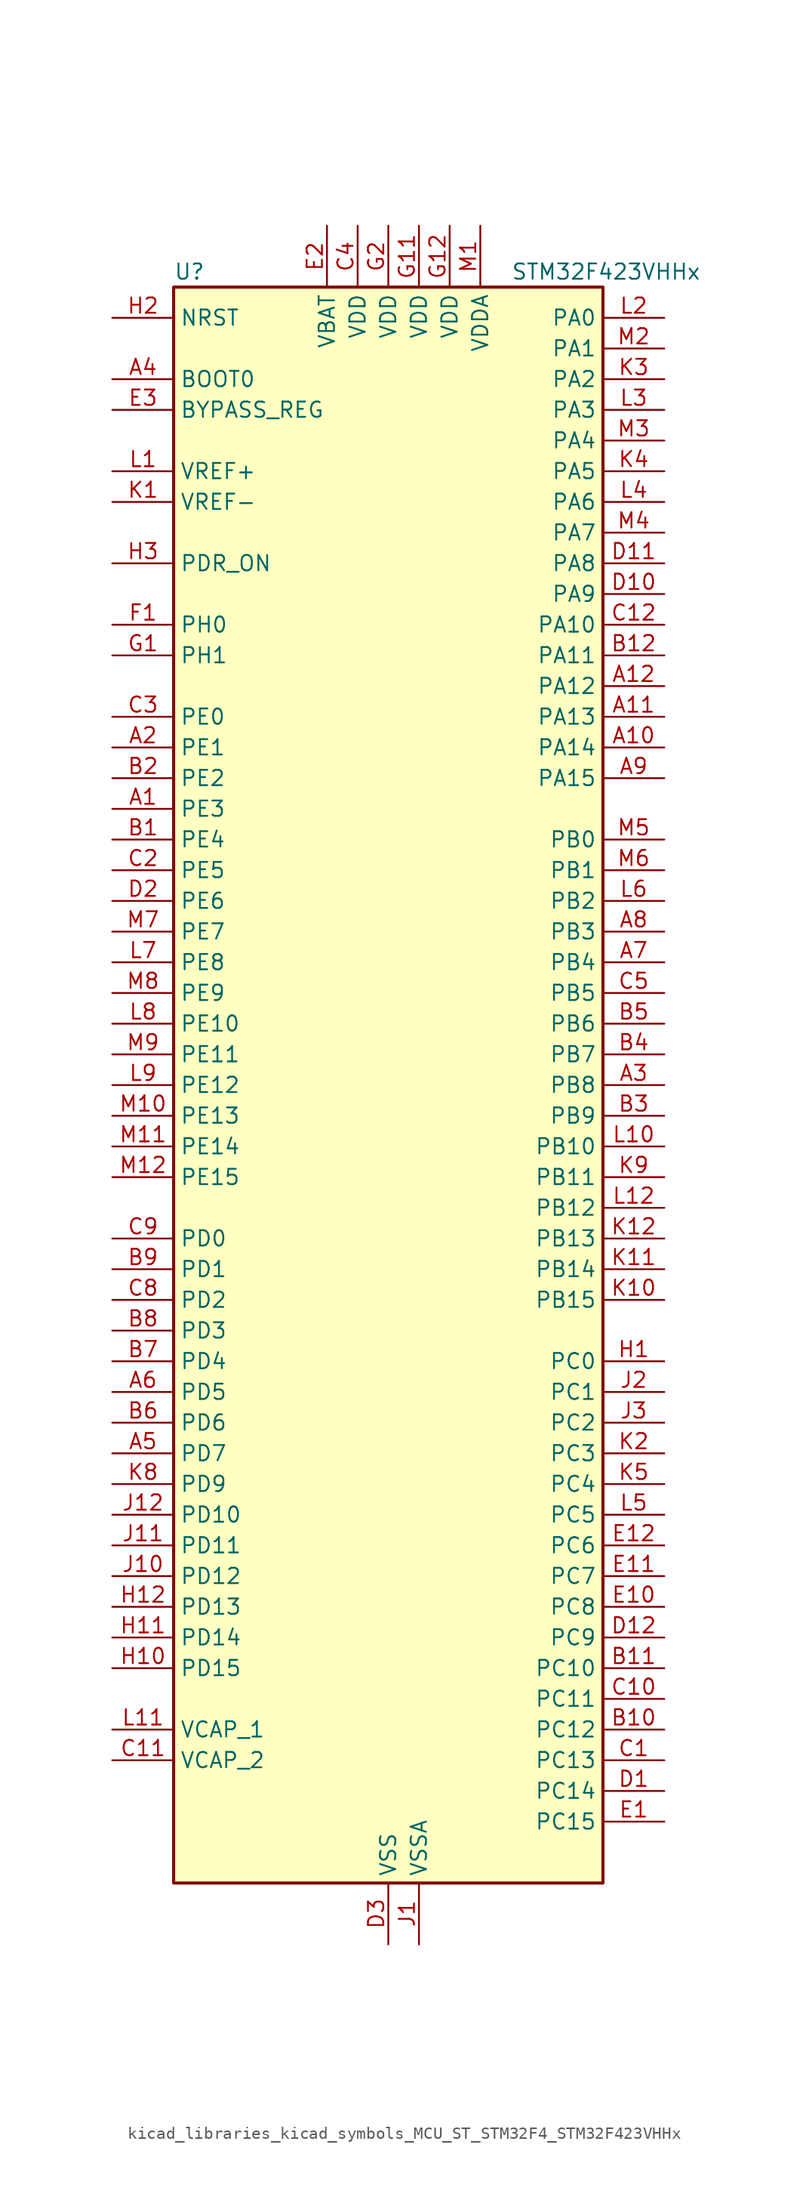
<source format=kicad_sym>
(kicad_symbol_lib
  (version 20220914)
  (generator kicad_symbol_editor)
  (symbol "kicad_libraries_kicad_symbols_MCU_ST_STM32F4_STM32F423VHHx"
    (property "Reference" "U"
      (at -17.78 67.31 0)
      (effects (font (size 1.27 1.27)) (justify left)))
    (property "Value" "STM32F423VHHx"
      (at 10.16 67.31 0)
      (effects (font (size 1.27 1.27)) (justify left)))
    (property "ki_locked" ""
      (at 0 0 0)
      (effects (font (size 1.27 1.27))))
    (symbol "kicad_libraries_kicad_symbols_MCU_ST_STM32F4_STM32F423VHHx_0_1"
      (rectangle (start -17.78 -66.04) (end 17.78 66.04) (stroke (width 0.254) (type default)) (fill (type background))))
    (symbol "kicad_libraries_kicad_symbols_MCU_ST_STM32F4_STM32F423VHHx_1_1"
      (pin bidirectional line (at -22.86 22.86 0) (length 5.08) (name "PE3" (effects (font (size 1.27 1.27)))) (number "A1" (effects (font (size 1.27 1.27)))) (alternate "FSMC_A19" bidirectional line) (alternate "SAI1_SD_B" bidirectional line) (alternate "SYS_TRACED0" bidirectional line) (alternate "UART10_TX" bidirectional line))
      (pin bidirectional line (at 22.86 27.94 180) (length 5.08) (name "PA14" (effects (font (size 1.27 1.27)))) (number "A10" (effects (font (size 1.27 1.27)))) (alternate "SYS_JTCK-SWCLK" bidirectional line))
      (pin bidirectional line (at 22.86 30.48 180) (length 5.08) (name "PA13" (effects (font (size 1.27 1.27)))) (number "A11" (effects (font (size 1.27 1.27)))) (alternate "SYS_JTMS-SWDIO" bidirectional line))
      (pin bidirectional line (at 22.86 33.02 180) (length 5.08) (name "PA12" (effects (font (size 1.27 1.27)))) (number "A12" (effects (font (size 1.27 1.27)))) (alternate "CAN1_TX" bidirectional line) (alternate "DFSDM2_DATIN5" bidirectional line) (alternate "SPI2_MISO" bidirectional line) (alternate "SPI5_MISO" bidirectional line) (alternate "TIM1_ETR" bidirectional line) (alternate "UART4_TX" bidirectional line) (alternate "USART1_RTS" bidirectional line) (alternate "USART6_RX" bidirectional line) (alternate "USB_OTG_FS_DP" bidirectional line))
      (pin bidirectional line (at -22.86 27.94 0) (length 5.08) (name "PE1" (effects (font (size 1.27 1.27)))) (number "A2" (effects (font (size 1.27 1.27)))) (alternate "DFSDM2_DATIN4" bidirectional line) (alternate "FSMC_NBL1" bidirectional line) (alternate "UART8_TX" bidirectional line))
      (pin bidirectional line (at 22.86 0 180) (length 5.08) (name "PB8" (effects (font (size 1.27 1.27)))) (number "A3" (effects (font (size 1.27 1.27)))) (alternate "CAN1_RX" bidirectional line) (alternate "DFSDM2_CKIN1" bidirectional line) (alternate "I2C1_SCL" bidirectional line) (alternate "I2C3_SDA" bidirectional line) (alternate "I2S5_SD" bidirectional line) (alternate "LPTIM1_OUT" bidirectional line) (alternate "SDIO_D4" bidirectional line) (alternate "SPI5_MOSI" bidirectional line) (alternate "TIM10_CH1" bidirectional line) (alternate "TIM4_CH3" bidirectional line) (alternate "UART5_RX" bidirectional line))
      (pin input line (at -22.86 58.42 0) (length 5.08) (name "BOOT0" (effects (font (size 1.27 1.27)))) (number "A4" (effects (font (size 1.27 1.27)))))
      (pin bidirectional line (at -22.86 -30.48 0) (length 5.08) (name "PD7" (effects (font (size 1.27 1.27)))) (number "A5" (effects (font (size 1.27 1.27)))) (alternate "DFSDM1_CKIN1" bidirectional line) (alternate "FSMC_NE1" bidirectional line) (alternate "USART2_CK" bidirectional line))
      (pin bidirectional line (at -22.86 -25.4 0) (length 5.08) (name "PD5" (effects (font (size 1.27 1.27)))) (number "A6" (effects (font (size 1.27 1.27)))) (alternate "DFSDM2_CKOUT" bidirectional line) (alternate "FSMC_NWE" bidirectional line) (alternate "USART2_TX" bidirectional line))
      (pin bidirectional line (at 22.86 10.16 180) (length 5.08) (name "PB4" (effects (font (size 1.27 1.27)))) (number "A7" (effects (font (size 1.27 1.27)))) (alternate "CAN3_TX" bidirectional line) (alternate "I2C3_SDA" bidirectional line) (alternate "I2S3_ext_SD" bidirectional line) (alternate "SAI1_SCK_A" bidirectional line) (alternate "SDIO_D0" bidirectional line) (alternate "SPI1_MISO" bidirectional line) (alternate "SPI3_MISO" bidirectional line) (alternate "SYS_JTRST" bidirectional line) (alternate "TIM3_CH1" bidirectional line) (alternate "UART7_TX" bidirectional line))
      (pin bidirectional line (at 22.86 12.7 180) (length 5.08) (name "PB3" (effects (font (size 1.27 1.27)))) (number "A8" (effects (font (size 1.27 1.27)))) (alternate "CAN3_RX" bidirectional line) (alternate "FMPI2C1_SDA" bidirectional line) (alternate "I2C2_SDA" bidirectional line) (alternate "I2S1_CK" bidirectional line) (alternate "I2S3_CK" bidirectional line) (alternate "SAI1_SD_A" bidirectional line) (alternate "SPI1_SCK" bidirectional line) (alternate "SPI3_SCK" bidirectional line) (alternate "SYS_JTDO-SWO" bidirectional line) (alternate "TIM2_CH2" bidirectional line) (alternate "UART7_RX" bidirectional line) (alternate "USART1_RX" bidirectional line))
      (pin bidirectional line (at 22.86 25.4 180) (length 5.08) (name "PA15" (effects (font (size 1.27 1.27)))) (number "A9" (effects (font (size 1.27 1.27)))) (alternate "ADC1_EXTI15" bidirectional line) (alternate "CAN3_TX" bidirectional line) (alternate "I2S1_WS" bidirectional line) (alternate "I2S3_WS" bidirectional line) (alternate "SAI1_MCLK_A" bidirectional line) (alternate "SPI1_NSS" bidirectional line) (alternate "SPI3_NSS" bidirectional line) (alternate "SYS_JTDI" bidirectional line) (alternate "TIM2_CH1" bidirectional line) (alternate "TIM2_ETR" bidirectional line) (alternate "UART7_TX" bidirectional line) (alternate "USART1_TX" bidirectional line))
      (pin bidirectional line (at -22.86 20.32 0) (length 5.08) (name "PE4" (effects (font (size 1.27 1.27)))) (number "B1" (effects (font (size 1.27 1.27)))) (alternate "DFSDM1_DATIN3" bidirectional line) (alternate "FSMC_A20" bidirectional line) (alternate "I2S4_WS" bidirectional line) (alternate "I2S5_WS" bidirectional line) (alternate "SAI1_SD_A" bidirectional line) (alternate "SPI4_NSS" bidirectional line) (alternate "SPI5_NSS" bidirectional line) (alternate "SYS_TRACED1" bidirectional line))
      (pin bidirectional line (at 22.86 -53.34 180) (length 5.08) (name "PC12" (effects (font (size 1.27 1.27)))) (number "B10" (effects (font (size 1.27 1.27)))) (alternate "FSMC_D3" bidirectional line) (alternate "FSMC_DA3" bidirectional line) (alternate "I2S3_SD" bidirectional line) (alternate "SDIO_CK" bidirectional line) (alternate "SPI3_MOSI" bidirectional line) (alternate "UART5_TX" bidirectional line) (alternate "USART3_CK" bidirectional line))
      (pin bidirectional line (at 22.86 -48.26 180) (length 5.08) (name "PC10" (effects (font (size 1.27 1.27)))) (number "B11" (effects (font (size 1.27 1.27)))) (alternate "DFSDM2_CKIN5" bidirectional line) (alternate "I2S3_CK" bidirectional line) (alternate "QUADSPI_BK1_IO1" bidirectional line) (alternate "SDIO_D2" bidirectional line) (alternate "SPI3_SCK" bidirectional line) (alternate "USART3_TX" bidirectional line))
      (pin bidirectional line (at 22.86 35.56 180) (length 5.08) (name "PA11" (effects (font (size 1.27 1.27)))) (number "B12" (effects (font (size 1.27 1.27)))) (alternate "ADC1_EXTI11" bidirectional line) (alternate "CAN1_RX" bidirectional line) (alternate "DFSDM2_CKIN5" bidirectional line) (alternate "I2S2_WS" bidirectional line) (alternate "SPI2_NSS" bidirectional line) (alternate "SPI4_MISO" bidirectional line) (alternate "TIM1_CH4" bidirectional line) (alternate "UART4_RX" bidirectional line) (alternate "USART1_CTS" bidirectional line) (alternate "USART6_TX" bidirectional line) (alternate "USB_OTG_FS_DM" bidirectional line))
      (pin bidirectional line (at -22.86 25.4 0) (length 5.08) (name "PE2" (effects (font (size 1.27 1.27)))) (number "B2" (effects (font (size 1.27 1.27)))) (alternate "FSMC_A23" bidirectional line) (alternate "I2S4_CK" bidirectional line) (alternate "I2S5_CK" bidirectional line) (alternate "QUADSPI_BK1_IO2" bidirectional line) (alternate "SAI1_MCLK_A" bidirectional line) (alternate "SPI4_SCK" bidirectional line) (alternate "SPI5_SCK" bidirectional line) (alternate "SYS_TRACECLK" bidirectional line) (alternate "UART10_RX" bidirectional line))
      (pin bidirectional line (at 22.86 -2.54 180) (length 5.08) (name "PB9" (effects (font (size 1.27 1.27)))) (number "B3" (effects (font (size 1.27 1.27)))) (alternate "CAN1_TX" bidirectional line) (alternate "DAC_EXTI9" bidirectional line) (alternate "DFSDM2_DATIN1" bidirectional line) (alternate "I2C1_SDA" bidirectional line) (alternate "I2C2_SDA" bidirectional line) (alternate "I2S2_WS" bidirectional line) (alternate "SDIO_D5" bidirectional line) (alternate "SPI2_NSS" bidirectional line) (alternate "TIM11_CH1" bidirectional line) (alternate "TIM4_CH4" bidirectional line) (alternate "UART5_TX" bidirectional line))
      (pin bidirectional line (at 22.86 2.54 180) (length 5.08) (name "PB7" (effects (font (size 1.27 1.27)))) (number "B4" (effects (font (size 1.27 1.27)))) (alternate "DFSDM2_DATIN7" bidirectional line) (alternate "FSMC_NL" bidirectional line) (alternate "I2C1_SDA" bidirectional line) (alternate "LPTIM1_IN2" bidirectional line) (alternate "TIM4_CH2" bidirectional line) (alternate "USART1_RX" bidirectional line))
      (pin bidirectional line (at 22.86 5.08 180) (length 5.08) (name "PB6" (effects (font (size 1.27 1.27)))) (number "B5" (effects (font (size 1.27 1.27)))) (alternate "CAN2_TX" bidirectional line) (alternate "DFSDM2_CKIN7" bidirectional line) (alternate "I2C1_SCL" bidirectional line) (alternate "LPTIM1_ETR" bidirectional line) (alternate "QUADSPI_BK1_NCS" bidirectional line) (alternate "SDIO_D0" bidirectional line) (alternate "TIM4_CH1" bidirectional line) (alternate "UART5_TX" bidirectional line) (alternate "USART1_TX" bidirectional line))
      (pin bidirectional line (at -22.86 -27.94 0) (length 5.08) (name "PD6" (effects (font (size 1.27 1.27)))) (number "B6" (effects (font (size 1.27 1.27)))) (alternate "DFSDM1_DATIN1" bidirectional line) (alternate "FSMC_NWAIT" bidirectional line) (alternate "I2S3_SD" bidirectional line) (alternate "SPI3_MOSI" bidirectional line) (alternate "USART2_RX" bidirectional line))
      (pin bidirectional line (at -22.86 -22.86 0) (length 5.08) (name "PD4" (effects (font (size 1.27 1.27)))) (number "B7" (effects (font (size 1.27 1.27)))) (alternate "DFSDM1_CKIN0" bidirectional line) (alternate "FSMC_NOE" bidirectional line) (alternate "USART2_RTS" bidirectional line))
      (pin bidirectional line (at -22.86 -20.32 0) (length 5.08) (name "PD3" (effects (font (size 1.27 1.27)))) (number "B8" (effects (font (size 1.27 1.27)))) (alternate "DFSDM1_DATIN0" bidirectional line) (alternate "FSMC_CLK" bidirectional line) (alternate "I2S2_CK" bidirectional line) (alternate "QUADSPI_CLK" bidirectional line) (alternate "SPI2_SCK" bidirectional line) (alternate "SYS_TRACED1" bidirectional line) (alternate "USART2_CTS" bidirectional line))
      (pin bidirectional line (at -22.86 -15.24 0) (length 5.08) (name "PD1" (effects (font (size 1.27 1.27)))) (number "B9" (effects (font (size 1.27 1.27)))) (alternate "CAN1_TX" bidirectional line) (alternate "DFSDM2_DATIN6" bidirectional line) (alternate "FSMC_D3" bidirectional line) (alternate "FSMC_DA3" bidirectional line) (alternate "UART4_TX" bidirectional line))
      (pin bidirectional line (at 22.86 -55.88 180) (length 5.08) (name "PC13" (effects (font (size 1.27 1.27)))) (number "C1" (effects (font (size 1.27 1.27)))) (alternate "RTC_AF1" bidirectional line))
      (pin bidirectional line (at 22.86 -50.8 180) (length 5.08) (name "PC11" (effects (font (size 1.27 1.27)))) (number "C10" (effects (font (size 1.27 1.27)))) (alternate "ADC1_EXTI11" bidirectional line) (alternate "DFSDM2_DATIN5" bidirectional line) (alternate "FSMC_D2" bidirectional line) (alternate "FSMC_DA2" bidirectional line) (alternate "I2S3_ext_SD" bidirectional line) (alternate "QUADSPI_BK2_NCS" bidirectional line) (alternate "SDIO_D3" bidirectional line) (alternate "SPI3_MISO" bidirectional line) (alternate "UART4_RX" bidirectional line) (alternate "USART3_RX" bidirectional line))
      (pin power_out line (at -22.86 -55.88 0) (length 5.08) (name "VCAP_2" (effects (font (size 1.27 1.27)))) (number "C11" (effects (font (size 1.27 1.27)))))
      (pin bidirectional line (at 22.86 38.1 180) (length 5.08) (name "PA10" (effects (font (size 1.27 1.27)))) (number "C12" (effects (font (size 1.27 1.27)))) (alternate "DFSDM2_DATIN3" bidirectional line) (alternate "I2S2_SD" bidirectional line) (alternate "I2S5_SD" bidirectional line) (alternate "SPI2_MOSI" bidirectional line) (alternate "SPI5_MOSI" bidirectional line) (alternate "TIM1_CH3" bidirectional line) (alternate "USART1_RX" bidirectional line) (alternate "USB_OTG_FS_ID" bidirectional line))
      (pin bidirectional line (at -22.86 17.78 0) (length 5.08) (name "PE5" (effects (font (size 1.27 1.27)))) (number "C2" (effects (font (size 1.27 1.27)))) (alternate "DFSDM1_CKIN3" bidirectional line) (alternate "FSMC_A21" bidirectional line) (alternate "SAI1_SCK_A" bidirectional line) (alternate "SPI4_MISO" bidirectional line) (alternate "SPI5_MISO" bidirectional line) (alternate "SYS_TRACED2" bidirectional line) (alternate "TIM9_CH1" bidirectional line))
      (pin bidirectional line (at -22.86 30.48 0) (length 5.08) (name "PE0" (effects (font (size 1.27 1.27)))) (number "C3" (effects (font (size 1.27 1.27)))) (alternate "DFSDM2_CKIN4" bidirectional line) (alternate "FSMC_NBL0" bidirectional line) (alternate "TIM4_ETR" bidirectional line) (alternate "UART8_RX" bidirectional line))
      (pin power_in line (at -2.54 71.12 270) (length 5.08) (name "VDD" (effects (font (size 1.27 1.27)))) (number "C4" (effects (font (size 1.27 1.27)))))
      (pin bidirectional line (at 22.86 7.62 180) (length 5.08) (name "PB5" (effects (font (size 1.27 1.27)))) (number "C5" (effects (font (size 1.27 1.27)))) (alternate "CAN2_RX" bidirectional line) (alternate "I2C1_SMBA" bidirectional line) (alternate "I2S1_SD" bidirectional line) (alternate "I2S3_SD" bidirectional line) (alternate "LPTIM1_IN1" bidirectional line) (alternate "SAI1_FS_A" bidirectional line) (alternate "SDIO_D3" bidirectional line) (alternate "SPI1_MOSI" bidirectional line) (alternate "SPI3_MOSI" bidirectional line) (alternate "TIM3_CH2" bidirectional line) (alternate "UART5_RX" bidirectional line))
      (pin bidirectional line (at -22.86 -17.78 0) (length 5.08) (name "PD2" (effects (font (size 1.27 1.27)))) (number "C8" (effects (font (size 1.27 1.27)))) (alternate "DFSDM2_CKOUT" bidirectional line) (alternate "FSMC_NWE" bidirectional line) (alternate "SDIO_CMD" bidirectional line) (alternate "TIM3_ETR" bidirectional line) (alternate "UART5_RX" bidirectional line))
      (pin bidirectional line (at -22.86 -12.7 0) (length 5.08) (name "PD0" (effects (font (size 1.27 1.27)))) (number "C9" (effects (font (size 1.27 1.27)))) (alternate "CAN1_RX" bidirectional line) (alternate "DFSDM2_CKIN6" bidirectional line) (alternate "FSMC_D2" bidirectional line) (alternate "FSMC_DA2" bidirectional line) (alternate "UART4_RX" bidirectional line))
      (pin bidirectional line (at 22.86 -58.42 180) (length 5.08) (name "PC14" (effects (font (size 1.27 1.27)))) (number "D1" (effects (font (size 1.27 1.27)))) (alternate "RCC_OSC32_IN" bidirectional line))
      (pin bidirectional line (at 22.86 40.64 180) (length 5.08) (name "PA9" (effects (font (size 1.27 1.27)))) (number "D10" (effects (font (size 1.27 1.27)))) (alternate "DAC_EXTI9" bidirectional line) (alternate "DFSDM2_CKIN3" bidirectional line) (alternate "I2C3_SMBA" bidirectional line) (alternate "I2S2_CK" bidirectional line) (alternate "SDIO_D2" bidirectional line) (alternate "SPI2_SCK" bidirectional line) (alternate "TIM1_CH2" bidirectional line) (alternate "USART1_TX" bidirectional line) (alternate "USB_OTG_FS_VBUS" bidirectional line))
      (pin bidirectional line (at 22.86 43.18 180) (length 5.08) (name "PA8" (effects (font (size 1.27 1.27)))) (number "D11" (effects (font (size 1.27 1.27)))) (alternate "CAN3_RX" bidirectional line) (alternate "DFSDM1_CKOUT" bidirectional line) (alternate "I2C3_SCL" bidirectional line) (alternate "RCC_MCO_1" bidirectional line) (alternate "SDIO_D1" bidirectional line) (alternate "TIM1_CH1" bidirectional line) (alternate "UART7_RX" bidirectional line) (alternate "USART1_CK" bidirectional line) (alternate "USB_OTG_FS_SOF" bidirectional line))
      (pin bidirectional line (at 22.86 -45.72 180) (length 5.08) (name "PC9" (effects (font (size 1.27 1.27)))) (number "D12" (effects (font (size 1.27 1.27)))) (alternate "DAC_EXTI9" bidirectional line) (alternate "DFSDM2_DATIN3" bidirectional line) (alternate "I2C3_SDA" bidirectional line) (alternate "I2S_CKIN" bidirectional line) (alternate "QUADSPI_BK1_IO0" bidirectional line) (alternate "RCC_MCO_2" bidirectional line) (alternate "SDIO_D1" bidirectional line) (alternate "TIM3_CH4" bidirectional line) (alternate "TIM8_CH4" bidirectional line))
      (pin bidirectional line (at -22.86 15.24 0) (length 5.08) (name "PE6" (effects (font (size 1.27 1.27)))) (number "D2" (effects (font (size 1.27 1.27)))) (alternate "FSMC_A22" bidirectional line) (alternate "I2S4_SD" bidirectional line) (alternate "I2S5_SD" bidirectional line) (alternate "SAI1_FS_A" bidirectional line) (alternate "SPI4_MOSI" bidirectional line) (alternate "SPI5_MOSI" bidirectional line) (alternate "SYS_TRACED3" bidirectional line) (alternate "TIM9_CH2" bidirectional line))
      (pin power_in line (at 0 -71.12 90) (length 5.08) (name "VSS" (effects (font (size 1.27 1.27)))) (number "D3" (effects (font (size 1.27 1.27)))))
      (pin bidirectional line (at 22.86 -60.96 180) (length 5.08) (name "PC15" (effects (font (size 1.27 1.27)))) (number "E1" (effects (font (size 1.27 1.27)))) (alternate "ADC1_EXTI15" bidirectional line) (alternate "RCC_OSC32_OUT" bidirectional line))
      (pin bidirectional line (at 22.86 -43.18 180) (length 5.08) (name "PC8" (effects (font (size 1.27 1.27)))) (number "E10" (effects (font (size 1.27 1.27)))) (alternate "DFSDM2_CKIN3" bidirectional line) (alternate "QUADSPI_BK1_IO2" bidirectional line) (alternate "SDIO_D0" bidirectional line) (alternate "TIM3_CH3" bidirectional line) (alternate "TIM8_CH3" bidirectional line) (alternate "USART6_CK" bidirectional line))
      (pin bidirectional line (at 22.86 -40.64 180) (length 5.08) (name "PC7" (effects (font (size 1.27 1.27)))) (number "E11" (effects (font (size 1.27 1.27)))) (alternate "DFSDM1_DATIN3" bidirectional line) (alternate "DFSDM2_CKIN6" bidirectional line) (alternate "FMPI2C1_SDA" bidirectional line) (alternate "I2S2_CK" bidirectional line) (alternate "I2S3_MCK" bidirectional line) (alternate "SDIO_D7" bidirectional line) (alternate "SPI2_SCK" bidirectional line) (alternate "TIM3_CH2" bidirectional line) (alternate "TIM8_CH2" bidirectional line) (alternate "USART6_RX" bidirectional line))
      (pin bidirectional line (at 22.86 -38.1 180) (length 5.08) (name "PC6" (effects (font (size 1.27 1.27)))) (number "E12" (effects (font (size 1.27 1.27)))) (alternate "DFSDM1_CKIN3" bidirectional line) (alternate "DFSDM2_DATIN6" bidirectional line) (alternate "FMPI2C1_SCL" bidirectional line) (alternate "FSMC_D1" bidirectional line) (alternate "FSMC_DA1" bidirectional line) (alternate "I2S2_MCK" bidirectional line) (alternate "SDIO_D6" bidirectional line) (alternate "TIM3_CH1" bidirectional line) (alternate "TIM8_CH1" bidirectional line) (alternate "USART6_TX" bidirectional line))
      (pin power_in line (at -5.08 71.12 270) (length 5.08) (name "VBAT" (effects (font (size 1.27 1.27)))) (number "E2" (effects (font (size 1.27 1.27)))))
      (pin input line (at -22.86 55.88 0) (length 5.08) (name "BYPASS_REG" (effects (font (size 1.27 1.27)))) (number "E3" (effects (font (size 1.27 1.27)))))
      (pin bidirectional line (at -22.86 38.1 0) (length 5.08) (name "PH0" (effects (font (size 1.27 1.27)))) (number "F1" (effects (font (size 1.27 1.27)))) (alternate "RCC_OSC_IN" bidirectional line))
      (pin passive line (at 0 -71.12 90) (length 5.08) hide (name "VSS" (effects (font (size 1.27 1.27)))) (number "F11" (effects (font (size 1.27 1.27)))))
      (pin passive line (at 0 -71.12 90) (length 5.08) hide (name "VSS" (effects (font (size 1.27 1.27)))) (number "F12" (effects (font (size 1.27 1.27)))))
      (pin passive line (at 0 -71.12 90) (length 5.08) hide (name "VSS" (effects (font (size 1.27 1.27)))) (number "F2" (effects (font (size 1.27 1.27)))))
      (pin bidirectional line (at -22.86 35.56 0) (length 5.08) (name "PH1" (effects (font (size 1.27 1.27)))) (number "G1" (effects (font (size 1.27 1.27)))) (alternate "RCC_OSC_OUT" bidirectional line))
      (pin power_in line (at 2.54 71.12 270) (length 5.08) (name "VDD" (effects (font (size 1.27 1.27)))) (number "G11" (effects (font (size 1.27 1.27)))))
      (pin power_in line (at 5.08 71.12 270) (length 5.08) (name "VDD" (effects (font (size 1.27 1.27)))) (number "G12" (effects (font (size 1.27 1.27)))))
      (pin power_in line (at 0 71.12 270) (length 5.08) (name "VDD" (effects (font (size 1.27 1.27)))) (number "G2" (effects (font (size 1.27 1.27)))))
      (pin bidirectional line (at 22.86 -22.86 180) (length 5.08) (name "PC0" (effects (font (size 1.27 1.27)))) (number "H1" (effects (font (size 1.27 1.27)))) (alternate "ADC1_IN10" bidirectional line) (alternate "DFSDM2_CKIN4" bidirectional line) (alternate "LPTIM1_IN1" bidirectional line) (alternate "SAI1_MCLK_B" bidirectional line) (alternate "SYS_WKUP2" bidirectional line))
      (pin bidirectional line (at -22.86 -48.26 0) (length 5.08) (name "PD15" (effects (font (size 1.27 1.27)))) (number "H10" (effects (font (size 1.27 1.27)))) (alternate "ADC1_EXTI15" bidirectional line) (alternate "DFSDM2_DATIN0" bidirectional line) (alternate "FMPI2C1_SDA" bidirectional line) (alternate "FSMC_D1" bidirectional line) (alternate "FSMC_DA1" bidirectional line) (alternate "TIM4_CH4" bidirectional line) (alternate "UART9_TX" bidirectional line))
      (pin bidirectional line (at -22.86 -45.72 0) (length 5.08) (name "PD14" (effects (font (size 1.27 1.27)))) (number "H11" (effects (font (size 1.27 1.27)))) (alternate "DFSDM2_CKIN0" bidirectional line) (alternate "FMPI2C1_SCL" bidirectional line) (alternate "FSMC_D0" bidirectional line) (alternate "FSMC_DA0" bidirectional line) (alternate "TIM4_CH3" bidirectional line) (alternate "UART9_RX" bidirectional line))
      (pin bidirectional line (at -22.86 -43.18 0) (length 5.08) (name "PD13" (effects (font (size 1.27 1.27)))) (number "H12" (effects (font (size 1.27 1.27)))) (alternate "FMPI2C1_SDA" bidirectional line) (alternate "FSMC_A18" bidirectional line) (alternate "QUADSPI_BK1_IO3" bidirectional line) (alternate "TIM4_CH2" bidirectional line))
      (pin input line (at -22.86 63.5 0) (length 5.08) (name "NRST" (effects (font (size 1.27 1.27)))) (number "H2" (effects (font (size 1.27 1.27)))))
      (pin input line (at -22.86 43.18 0) (length 5.08) (name "PDR_ON" (effects (font (size 1.27 1.27)))) (number "H3" (effects (font (size 1.27 1.27)))))
      (pin power_in line (at 2.54 -71.12 90) (length 5.08) (name "VSSA" (effects (font (size 1.27 1.27)))) (number "J1" (effects (font (size 1.27 1.27)))))
      (pin bidirectional line (at -22.86 -40.64 0) (length 5.08) (name "PD12" (effects (font (size 1.27 1.27)))) (number "J10" (effects (font (size 1.27 1.27)))) (alternate "DFSDM2_CKIN2" bidirectional line) (alternate "FMPI2C1_SCL" bidirectional line) (alternate "FSMC_A17" bidirectional line) (alternate "QUADSPI_BK1_IO1" bidirectional line) (alternate "TIM4_CH1" bidirectional line) (alternate "USART3_RTS" bidirectional line))
      (pin bidirectional line (at -22.86 -38.1 0) (length 5.08) (name "PD11" (effects (font (size 1.27 1.27)))) (number "J11" (effects (font (size 1.27 1.27)))) (alternate "ADC1_EXTI11" bidirectional line) (alternate "DFSDM2_DATIN2" bidirectional line) (alternate "FMPI2C1_SMBA" bidirectional line) (alternate "FSMC_A16" bidirectional line) (alternate "QUADSPI_BK1_IO0" bidirectional line) (alternate "USART3_CTS" bidirectional line))
      (pin bidirectional line (at -22.86 -35.56 0) (length 5.08) (name "PD10" (effects (font (size 1.27 1.27)))) (number "J12" (effects (font (size 1.27 1.27)))) (alternate "FSMC_D15" bidirectional line) (alternate "FSMC_DA15" bidirectional line) (alternate "UART4_TX" bidirectional line) (alternate "USART3_CK" bidirectional line))
      (pin bidirectional line (at 22.86 -25.4 180) (length 5.08) (name "PC1" (effects (font (size 1.27 1.27)))) (number "J2" (effects (font (size 1.27 1.27)))) (alternate "ADC1_IN11" bidirectional line) (alternate "DFSDM2_DATIN4" bidirectional line) (alternate "LPTIM1_OUT" bidirectional line) (alternate "SAI1_SD_B" bidirectional line) (alternate "SYS_WKUP3" bidirectional line))
      (pin bidirectional line (at 22.86 -27.94 180) (length 5.08) (name "PC2" (effects (font (size 1.27 1.27)))) (number "J3" (effects (font (size 1.27 1.27)))) (alternate "ADC1_IN12" bidirectional line) (alternate "DFSDM1_CKOUT" bidirectional line) (alternate "DFSDM2_DATIN7" bidirectional line) (alternate "FSMC_NWE" bidirectional line) (alternate "I2S2_ext_SD" bidirectional line) (alternate "LPTIM1_IN2" bidirectional line) (alternate "SAI1_SCK_B" bidirectional line) (alternate "SPI2_MISO" bidirectional line))
      (pin input line (at -22.86 48.26 0) (length 5.08) (name "VREF-" (effects (font (size 1.27 1.27)))) (number "K1" (effects (font (size 1.27 1.27)))))
      (pin bidirectional line (at 22.86 -17.78 180) (length 5.08) (name "PB15" (effects (font (size 1.27 1.27)))) (number "K10" (effects (font (size 1.27 1.27)))) (alternate "ADC1_EXTI15" bidirectional line) (alternate "DFSDM1_CKIN2" bidirectional line) (alternate "FMPI2C1_SCL" bidirectional line) (alternate "I2S2_SD" bidirectional line) (alternate "RTC_REFIN" bidirectional line) (alternate "SDIO_CK" bidirectional line) (alternate "SPI2_MOSI" bidirectional line) (alternate "TIM12_CH2" bidirectional line) (alternate "TIM1_CH3N" bidirectional line) (alternate "TIM8_CH3N" bidirectional line))
      (pin bidirectional line (at 22.86 -15.24 180) (length 5.08) (name "PB14" (effects (font (size 1.27 1.27)))) (number "K11" (effects (font (size 1.27 1.27)))) (alternate "DFSDM1_DATIN2" bidirectional line) (alternate "FMPI2C1_SDA" bidirectional line) (alternate "FSMC_D0" bidirectional line) (alternate "FSMC_DA0" bidirectional line) (alternate "I2S2_ext_SD" bidirectional line) (alternate "SDIO_D6" bidirectional line) (alternate "SPI2_MISO" bidirectional line) (alternate "TIM12_CH1" bidirectional line) (alternate "TIM1_CH2N" bidirectional line) (alternate "TIM8_CH2N" bidirectional line) (alternate "USART3_RTS" bidirectional line))
      (pin bidirectional line (at 22.86 -12.7 180) (length 5.08) (name "PB13" (effects (font (size 1.27 1.27)))) (number "K12" (effects (font (size 1.27 1.27)))) (alternate "CAN2_TX" bidirectional line) (alternate "DFSDM1_CKIN1" bidirectional line) (alternate "FMPI2C1_SMBA" bidirectional line) (alternate "I2S2_CK" bidirectional line) (alternate "I2S4_CK" bidirectional line) (alternate "SPI2_SCK" bidirectional line) (alternate "SPI4_SCK" bidirectional line) (alternate "TIM1_CH1N" bidirectional line) (alternate "UART5_TX" bidirectional line) (alternate "USART3_CTS" bidirectional line))
      (pin bidirectional line (at 22.86 -30.48 180) (length 5.08) (name "PC3" (effects (font (size 1.27 1.27)))) (number "K2" (effects (font (size 1.27 1.27)))) (alternate "ADC1_IN13" bidirectional line) (alternate "DFSDM2_CKIN7" bidirectional line) (alternate "FSMC_A0" bidirectional line) (alternate "I2S2_SD" bidirectional line) (alternate "LPTIM1_ETR" bidirectional line) (alternate "SAI1_FS_B" bidirectional line) (alternate "SPI2_MOSI" bidirectional line))
      (pin bidirectional line (at 22.86 58.42 180) (length 5.08) (name "PA2" (effects (font (size 1.27 1.27)))) (number "K3" (effects (font (size 1.27 1.27)))) (alternate "ADC1_IN2" bidirectional line) (alternate "FSMC_D4" bidirectional line) (alternate "FSMC_DA4" bidirectional line) (alternate "I2S_CKIN" bidirectional line) (alternate "TIM2_CH3" bidirectional line) (alternate "TIM5_CH3" bidirectional line) (alternate "TIM9_CH1" bidirectional line) (alternate "USART2_TX" bidirectional line))
      (pin bidirectional line (at 22.86 50.8 180) (length 5.08) (name "PA5" (effects (font (size 1.27 1.27)))) (number "K4" (effects (font (size 1.27 1.27)))) (alternate "ADC1_IN5" bidirectional line) (alternate "DAC_OUT2" bidirectional line) (alternate "DFSDM1_CKIN1" bidirectional line) (alternate "FSMC_D7" bidirectional line) (alternate "FSMC_DA7" bidirectional line) (alternate "I2S1_CK" bidirectional line) (alternate "SPI1_SCK" bidirectional line) (alternate "TIM2_CH1" bidirectional line) (alternate "TIM2_ETR" bidirectional line) (alternate "TIM8_CH1N" bidirectional line))
      (pin bidirectional line (at 22.86 -33.02 180) (length 5.08) (name "PC4" (effects (font (size 1.27 1.27)))) (number "K5" (effects (font (size 1.27 1.27)))) (alternate "ADC1_IN14" bidirectional line) (alternate "DFSDM2_CKIN2" bidirectional line) (alternate "FSMC_NE4" bidirectional line) (alternate "I2S1_MCK" bidirectional line) (alternate "QUADSPI_BK2_IO2" bidirectional line))
      (pin bidirectional line (at -22.86 -33.02 0) (length 5.08) (name "PD9" (effects (font (size 1.27 1.27)))) (number "K8" (effects (font (size 1.27 1.27)))) (alternate "DAC_EXTI9" bidirectional line) (alternate "FSMC_D14" bidirectional line) (alternate "FSMC_DA14" bidirectional line) (alternate "USART3_RX" bidirectional line))
      (pin bidirectional line (at 22.86 -7.62 180) (length 5.08) (name "PB11" (effects (font (size 1.27 1.27)))) (number "K9" (effects (font (size 1.27 1.27)))) (alternate "ADC1_EXTI11" bidirectional line) (alternate "I2C2_SDA" bidirectional line) (alternate "I2S_CKIN" bidirectional line) (alternate "TIM2_CH4" bidirectional line) (alternate "USART3_RX" bidirectional line))
      (pin input line (at -22.86 50.8 0) (length 5.08) (name "VREF+" (effects (font (size 1.27 1.27)))) (number "L1" (effects (font (size 1.27 1.27)))))
      (pin bidirectional line (at 22.86 -5.08 180) (length 5.08) (name "PB10" (effects (font (size 1.27 1.27)))) (number "L10" (effects (font (size 1.27 1.27)))) (alternate "DFSDM2_CKOUT" bidirectional line) (alternate "FMPI2C1_SCL" bidirectional line) (alternate "I2C2_SCL" bidirectional line) (alternate "I2S2_CK" bidirectional line) (alternate "I2S3_MCK" bidirectional line) (alternate "SDIO_D7" bidirectional line) (alternate "SPI2_SCK" bidirectional line) (alternate "TIM2_CH3" bidirectional line) (alternate "USART3_TX" bidirectional line))
      (pin power_out line (at -22.86 -53.34 0) (length 5.08) (name "VCAP_1" (effects (font (size 1.27 1.27)))) (number "L11" (effects (font (size 1.27 1.27)))))
      (pin bidirectional line (at 22.86 -10.16 180) (length 5.08) (name "PB12" (effects (font (size 1.27 1.27)))) (number "L12" (effects (font (size 1.27 1.27)))) (alternate "CAN2_RX" bidirectional line) (alternate "DFSDM1_DATIN1" bidirectional line) (alternate "FSMC_D13" bidirectional line) (alternate "FSMC_DA13" bidirectional line) (alternate "I2C2_SMBA" bidirectional line) (alternate "I2S2_WS" bidirectional line) (alternate "I2S3_CK" bidirectional line) (alternate "I2S4_WS" bidirectional line) (alternate "SPI2_NSS" bidirectional line) (alternate "SPI3_SCK" bidirectional line) (alternate "SPI4_NSS" bidirectional line) (alternate "TIM1_BKIN" bidirectional line) (alternate "UART5_RX" bidirectional line) (alternate "USART3_CK" bidirectional line))
      (pin bidirectional line (at 22.86 63.5 180) (length 5.08) (name "PA0" (effects (font (size 1.27 1.27)))) (number "L2" (effects (font (size 1.27 1.27)))) (alternate "ADC1_IN0" bidirectional line) (alternate "SYS_WKUP1" bidirectional line) (alternate "TIM2_CH1" bidirectional line) (alternate "TIM2_ETR" bidirectional line) (alternate "TIM5_CH1" bidirectional line) (alternate "TIM8_ETR" bidirectional line) (alternate "UART4_TX" bidirectional line) (alternate "USART2_CTS" bidirectional line))
      (pin bidirectional line (at 22.86 55.88 180) (length 5.08) (name "PA3" (effects (font (size 1.27 1.27)))) (number "L3" (effects (font (size 1.27 1.27)))) (alternate "ADC1_IN3" bidirectional line) (alternate "FSMC_D5" bidirectional line) (alternate "FSMC_DA5" bidirectional line) (alternate "I2S2_MCK" bidirectional line) (alternate "SAI1_SD_B" bidirectional line) (alternate "TIM2_CH4" bidirectional line) (alternate "TIM5_CH4" bidirectional line) (alternate "TIM9_CH2" bidirectional line) (alternate "USART2_RX" bidirectional line))
      (pin bidirectional line (at 22.86 48.26 180) (length 5.08) (name "PA6" (effects (font (size 1.27 1.27)))) (number "L4" (effects (font (size 1.27 1.27)))) (alternate "ADC1_IN6" bidirectional line) (alternate "DFSDM2_CKIN1" bidirectional line) (alternate "I2S2_MCK" bidirectional line) (alternate "QUADSPI_BK2_IO0" bidirectional line) (alternate "SDIO_CMD" bidirectional line) (alternate "SPI1_MISO" bidirectional line) (alternate "TIM13_CH1" bidirectional line) (alternate "TIM1_BKIN" bidirectional line) (alternate "TIM3_CH1" bidirectional line) (alternate "TIM8_BKIN" bidirectional line))
      (pin bidirectional line (at 22.86 -35.56 180) (length 5.08) (name "PC5" (effects (font (size 1.27 1.27)))) (number "L5" (effects (font (size 1.27 1.27)))) (alternate "ADC1_IN15" bidirectional line) (alternate "DFSDM2_DATIN2" bidirectional line) (alternate "FMPI2C1_SMBA" bidirectional line) (alternate "FSMC_NOE" bidirectional line) (alternate "QUADSPI_BK2_IO3" bidirectional line) (alternate "USART3_RX" bidirectional line))
      (pin bidirectional line (at 22.86 15.24 180) (length 5.08) (name "PB2" (effects (font (size 1.27 1.27)))) (number "L6" (effects (font (size 1.27 1.27)))) (alternate "DFSDM1_CKIN0" bidirectional line) (alternate "LPTIM1_OUT" bidirectional line) (alternate "QUADSPI_CLK" bidirectional line))
      (pin bidirectional line (at -22.86 10.16 0) (length 5.08) (name "PE8" (effects (font (size 1.27 1.27)))) (number "L7" (effects (font (size 1.27 1.27)))) (alternate "DFSDM1_CKIN2" bidirectional line) (alternate "FSMC_D5" bidirectional line) (alternate "FSMC_DA5" bidirectional line) (alternate "QUADSPI_BK2_IO1" bidirectional line) (alternate "TIM1_CH1N" bidirectional line) (alternate "UART7_TX" bidirectional line))
      (pin bidirectional line (at -22.86 5.08 0) (length 5.08) (name "PE10" (effects (font (size 1.27 1.27)))) (number "L8" (effects (font (size 1.27 1.27)))) (alternate "DFSDM2_DATIN0" bidirectional line) (alternate "FSMC_D7" bidirectional line) (alternate "FSMC_DA7" bidirectional line) (alternate "QUADSPI_BK2_IO3" bidirectional line) (alternate "TIM1_CH2N" bidirectional line))
      (pin bidirectional line (at -22.86 0 0) (length 5.08) (name "PE12" (effects (font (size 1.27 1.27)))) (number "L9" (effects (font (size 1.27 1.27)))) (alternate "DFSDM2_DATIN7" bidirectional line) (alternate "FSMC_D9" bidirectional line) (alternate "FSMC_DA9" bidirectional line) (alternate "I2S4_CK" bidirectional line) (alternate "I2S5_CK" bidirectional line) (alternate "SPI4_SCK" bidirectional line) (alternate "SPI5_SCK" bidirectional line) (alternate "TIM1_CH3N" bidirectional line))
      (pin power_in line (at 7.62 71.12 270) (length 5.08) (name "VDDA" (effects (font (size 1.27 1.27)))) (number "M1" (effects (font (size 1.27 1.27)))))
      (pin bidirectional line (at -22.86 -2.54 0) (length 5.08) (name "PE13" (effects (font (size 1.27 1.27)))) (number "M10" (effects (font (size 1.27 1.27)))) (alternate "DFSDM2_CKIN7" bidirectional line) (alternate "FSMC_D10" bidirectional line) (alternate "FSMC_DA10" bidirectional line) (alternate "SPI4_MISO" bidirectional line) (alternate "SPI5_MISO" bidirectional line) (alternate "TIM1_CH3" bidirectional line))
      (pin bidirectional line (at -22.86 -5.08 0) (length 5.08) (name "PE14" (effects (font (size 1.27 1.27)))) (number "M11" (effects (font (size 1.27 1.27)))) (alternate "DFSDM2_DATIN1" bidirectional line) (alternate "FSMC_D11" bidirectional line) (alternate "FSMC_DA11" bidirectional line) (alternate "I2S4_SD" bidirectional line) (alternate "I2S5_SD" bidirectional line) (alternate "SPI4_MOSI" bidirectional line) (alternate "SPI5_MOSI" bidirectional line) (alternate "TIM1_CH4" bidirectional line))
      (pin bidirectional line (at -22.86 -7.62 0) (length 5.08) (name "PE15" (effects (font (size 1.27 1.27)))) (number "M12" (effects (font (size 1.27 1.27)))) (alternate "ADC1_EXTI15" bidirectional line) (alternate "DFSDM2_CKIN1" bidirectional line) (alternate "FSMC_D12" bidirectional line) (alternate "FSMC_DA12" bidirectional line) (alternate "TIM1_BKIN" bidirectional line))
      (pin bidirectional line (at 22.86 60.96 180) (length 5.08) (name "PA1" (effects (font (size 1.27 1.27)))) (number "M2" (effects (font (size 1.27 1.27)))) (alternate "ADC1_IN1" bidirectional line) (alternate "I2S4_SD" bidirectional line) (alternate "QUADSPI_BK1_IO3" bidirectional line) (alternate "SPI4_MOSI" bidirectional line) (alternate "TIM2_CH2" bidirectional line) (alternate "TIM5_CH2" bidirectional line) (alternate "UART4_RX" bidirectional line) (alternate "USART2_RTS" bidirectional line))
      (pin bidirectional line (at 22.86 53.34 180) (length 5.08) (name "PA4" (effects (font (size 1.27 1.27)))) (number "M3" (effects (font (size 1.27 1.27)))) (alternate "ADC1_IN4" bidirectional line) (alternate "DAC_OUT1" bidirectional line) (alternate "DFSDM1_DATIN1" bidirectional line) (alternate "FSMC_D6" bidirectional line) (alternate "FSMC_DA6" bidirectional line) (alternate "I2S1_WS" bidirectional line) (alternate "I2S3_WS" bidirectional line) (alternate "SPI1_NSS" bidirectional line) (alternate "SPI3_NSS" bidirectional line) (alternate "USART2_CK" bidirectional line))
      (pin bidirectional line (at 22.86 45.72 180) (length 5.08) (name "PA7" (effects (font (size 1.27 1.27)))) (number "M4" (effects (font (size 1.27 1.27)))) (alternate "ADC1_IN7" bidirectional line) (alternate "DFSDM2_DATIN1" bidirectional line) (alternate "I2S1_SD" bidirectional line) (alternate "QUADSPI_BK2_IO1" bidirectional line) (alternate "SPI1_MOSI" bidirectional line) (alternate "TIM14_CH1" bidirectional line) (alternate "TIM1_CH1N" bidirectional line) (alternate "TIM3_CH2" bidirectional line) (alternate "TIM8_CH1N" bidirectional line))
      (pin bidirectional line (at 22.86 20.32 180) (length 5.08) (name "PB0" (effects (font (size 1.27 1.27)))) (number "M5" (effects (font (size 1.27 1.27)))) (alternate "ADC1_IN8" bidirectional line) (alternate "I2S5_CK" bidirectional line) (alternate "SPI5_SCK" bidirectional line) (alternate "TIM1_CH2N" bidirectional line) (alternate "TIM3_CH3" bidirectional line) (alternate "TIM8_CH2N" bidirectional line))
      (pin bidirectional line (at 22.86 17.78 180) (length 5.08) (name "PB1" (effects (font (size 1.27 1.27)))) (number "M6" (effects (font (size 1.27 1.27)))) (alternate "ADC1_IN9" bidirectional line) (alternate "DFSDM1_DATIN0" bidirectional line) (alternate "I2S5_WS" bidirectional line) (alternate "QUADSPI_CLK" bidirectional line) (alternate "SPI5_NSS" bidirectional line) (alternate "TIM1_CH3N" bidirectional line) (alternate "TIM3_CH4" bidirectional line) (alternate "TIM8_CH3N" bidirectional line))
      (pin bidirectional line (at -22.86 12.7 0) (length 5.08) (name "PE7" (effects (font (size 1.27 1.27)))) (number "M7" (effects (font (size 1.27 1.27)))) (alternate "DFSDM1_DATIN2" bidirectional line) (alternate "FSMC_D4" bidirectional line) (alternate "FSMC_DA4" bidirectional line) (alternate "QUADSPI_BK2_IO0" bidirectional line) (alternate "TIM1_ETR" bidirectional line) (alternate "UART7_RX" bidirectional line))
      (pin bidirectional line (at -22.86 7.62 0) (length 5.08) (name "PE9" (effects (font (size 1.27 1.27)))) (number "M8" (effects (font (size 1.27 1.27)))) (alternate "DAC_EXTI9" bidirectional line) (alternate "DFSDM1_CKOUT" bidirectional line) (alternate "FSMC_D6" bidirectional line) (alternate "FSMC_DA6" bidirectional line) (alternate "QUADSPI_BK2_IO2" bidirectional line) (alternate "TIM1_CH1" bidirectional line))
      (pin bidirectional line (at -22.86 2.54 0) (length 5.08) (name "PE11" (effects (font (size 1.27 1.27)))) (number "M9" (effects (font (size 1.27 1.27)))) (alternate "ADC1_EXTI11" bidirectional line) (alternate "DFSDM2_CKIN0" bidirectional line) (alternate "FSMC_D8" bidirectional line) (alternate "FSMC_DA8" bidirectional line) (alternate "I2S4_WS" bidirectional line) (alternate "I2S5_WS" bidirectional line) (alternate "SPI4_NSS" bidirectional line) (alternate "SPI5_NSS" bidirectional line) (alternate "TIM1_CH2" bidirectional line)))))
</source>
